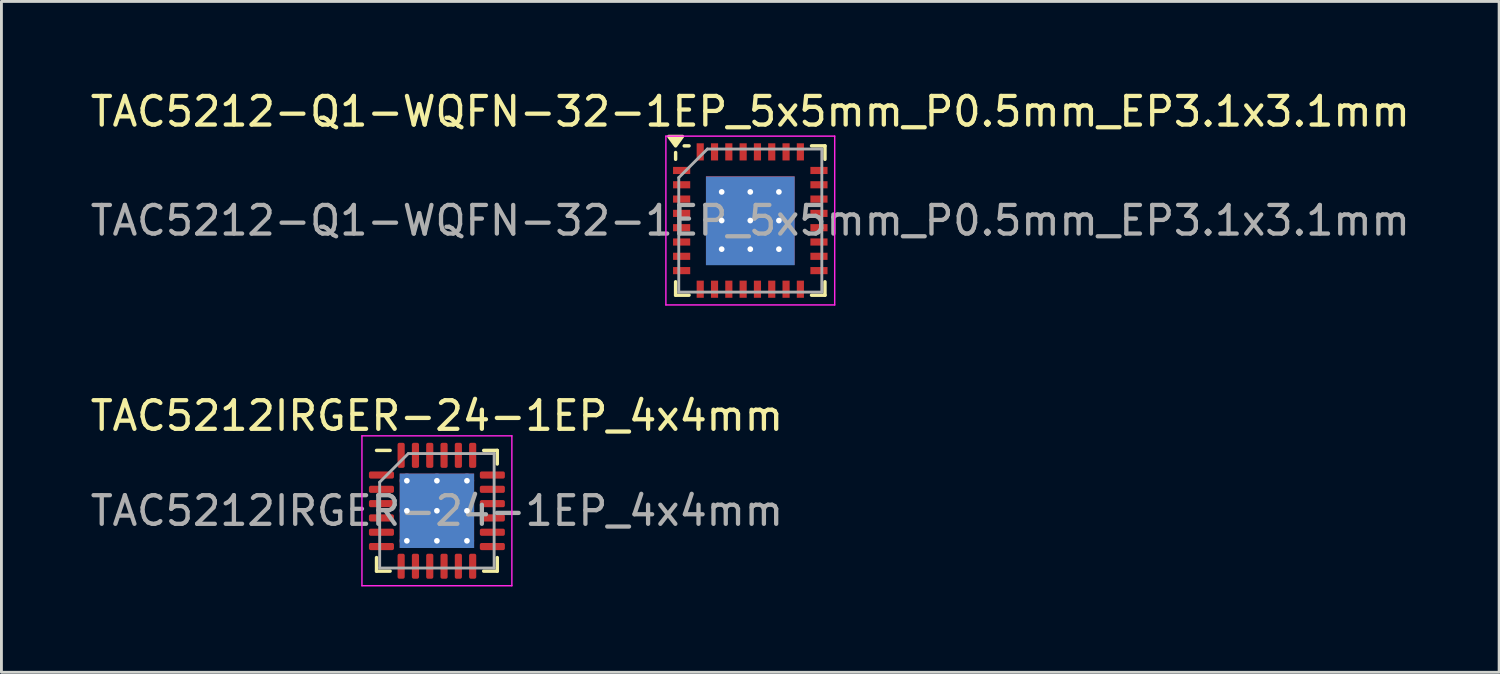
<source format=kicad_pcb>
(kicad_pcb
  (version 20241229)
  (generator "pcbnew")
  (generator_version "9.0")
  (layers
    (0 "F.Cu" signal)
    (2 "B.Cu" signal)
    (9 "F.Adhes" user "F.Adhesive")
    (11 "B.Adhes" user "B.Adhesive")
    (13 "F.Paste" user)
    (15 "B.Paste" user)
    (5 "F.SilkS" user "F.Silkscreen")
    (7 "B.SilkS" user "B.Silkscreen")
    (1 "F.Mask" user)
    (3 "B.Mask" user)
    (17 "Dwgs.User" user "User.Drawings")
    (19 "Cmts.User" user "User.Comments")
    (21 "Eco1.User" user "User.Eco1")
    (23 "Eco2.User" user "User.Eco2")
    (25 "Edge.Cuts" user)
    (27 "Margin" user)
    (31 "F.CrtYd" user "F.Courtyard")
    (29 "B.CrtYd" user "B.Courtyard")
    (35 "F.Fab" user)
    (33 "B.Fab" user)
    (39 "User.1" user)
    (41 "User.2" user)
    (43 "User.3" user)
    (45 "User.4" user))
  (footprint "TAC5212IRGER-24-1EP_4x4mm"
    (layer "F.Cu")
    (at 12.22 14.802)
    (property "Reference" "TAC5212IRGER-24-1EP_4x4mm" (at 0 -3.32 0) (layer "F.SilkS") (effects (font (size 1 1) (thickness 0.15))))
    (attr smd)
    (fp_line (start -2.11 2.11) (end -2.11 1.635) (stroke (width 0.12) (type solid)) (layer "F.SilkS"))
    (fp_line (start -1.635 -2.11) (end -2.11 -2.11) (stroke (width 0.12) (type solid)) (layer "F.SilkS"))
    (fp_line (start -1.635 2.11) (end -2.11 2.11) (stroke (width 0.12) (type solid)) (layer "F.SilkS"))
    (fp_line (start 1.635 -2.11) (end 2.11 -2.11) (stroke (width 0.12) (type solid)) (layer "F.SilkS"))
    (fp_line (start 1.635 2.11) (end 2.11 2.11) (stroke (width 0.12) (type solid)) (layer "F.SilkS"))
    (fp_line (start 2.11 -2.11) (end 2.11 -1.635) (stroke (width 0.12) (type solid)) (layer "F.SilkS"))
    (fp_line (start 2.11 2.11) (end 2.11 1.635) (stroke (width 0.12) (type solid)) (layer "F.SilkS"))
    (fp_line (start -2.62 -2.62) (end -2.62 2.62) (stroke (width 0.05) (type solid)) (layer "F.CrtYd"))
    (fp_line (start -2.62 2.62) (end 2.62 2.62) (stroke (width 0.05) (type solid)) (layer "F.CrtYd"))
    (fp_line (start 2.62 -2.62) (end -2.62 -2.62) (stroke (width 0.05) (type solid)) (layer "F.CrtYd"))
    (fp_line (start 2.62 2.62) (end 2.62 -2.62) (stroke (width 0.05) (type solid)) (layer "F.CrtYd"))
    (fp_line (start -2 -1) (end -1 -2) (stroke (width 0.1) (type solid)) (layer "F.Fab"))
    (fp_line (start -2 2) (end -2 -1) (stroke (width 0.1) (type solid)) (layer "F.Fab"))
    (fp_line (start -1 -2) (end 2 -2) (stroke (width 0.1) (type solid)) (layer "F.Fab"))
    (fp_line (start 2 -2) (end 2 2) (stroke (width 0.1) (type solid)) (layer "F.Fab"))
    (fp_line (start 2 2) (end -2 2) (stroke (width 0.1) (type solid)) (layer "F.Fab"))
    (fp_text user "${REFERENCE}" (at 0 0 0) (layer "F.Fab") (effects (font (size 1 1) (thickness 0.15))))
    (pad "" smd roundrect (at -0.65 -0.65) (size 1.13 1.13) (layers "F.Paste") (roundrect_rratio 0.221))
    (pad "" smd roundrect (at -0.65 0.65) (size 1.13 1.13) (layers "F.Paste") (roundrect_rratio 0.221))
    (pad "" smd roundrect (at 0.65 -0.65) (size 1.13 1.13) (layers "F.Paste") (roundrect_rratio 0.221))
    (pad "" smd roundrect (at 0.65 0.65) (size 1.13 1.13) (layers "F.Paste") (roundrect_rratio 0.221))
    (pad "1" smd roundrect (at -1.938 -1.25) (size 0.875 0.25) (layers "F.Cu" "F.Mask" "F.Paste") (roundrect_rratio 0.25))
    (pad "2" smd roundrect (at -1.938 -0.75) (size 0.875 0.25) (layers "F.Cu" "F.Mask" "F.Paste") (roundrect_rratio 0.25))
    (pad "3" smd roundrect (at -1.938 -0.25) (size 0.875 0.25) (layers "F.Cu" "F.Mask" "F.Paste") (roundrect_rratio 0.25))
    (pad "4" smd roundrect (at -1.938 0.25) (size 0.875 0.25) (layers "F.Cu" "F.Mask" "F.Paste") (roundrect_rratio 0.25))
    (pad "5" smd roundrect (at -1.938 0.75) (size 0.875 0.25) (layers "F.Cu" "F.Mask" "F.Paste") (roundrect_rratio 0.25))
    (pad "6" smd roundrect (at -1.938 1.25) (size 0.875 0.25) (layers "F.Cu" "F.Mask" "F.Paste") (roundrect_rratio 0.25))
    (pad "7" smd roundrect (at -1.25 1.938) (size 0.25 0.875) (layers "F.Cu" "F.Mask" "F.Paste") (roundrect_rratio 0.25))
    (pad "8" smd roundrect (at -0.75 1.938) (size 0.25 0.875) (layers "F.Cu" "F.Mask" "F.Paste") (roundrect_rratio 0.25))
    (pad "9" smd roundrect (at -0.25 1.938) (size 0.25 0.875) (layers "F.Cu" "F.Mask" "F.Paste") (roundrect_rratio 0.25))
    (pad "10" smd roundrect (at 0.25 1.938) (size 0.25 0.875) (layers "F.Cu" "F.Mask" "F.Paste") (roundrect_rratio 0.25))
    (pad "11" smd roundrect (at 0.75 1.938) (size 0.25 0.875) (layers "F.Cu" "F.Mask" "F.Paste") (roundrect_rratio 0.25))
    (pad "12" smd roundrect (at 1.25 1.938) (size 0.25 0.875) (layers "F.Cu" "F.Mask" "F.Paste") (roundrect_rratio 0.25))
    (pad "13" smd roundrect (at 1.938 1.25) (size 0.875 0.25) (layers "F.Cu" "F.Mask" "F.Paste") (roundrect_rratio 0.25))
    (pad "14" smd roundrect (at 1.938 0.75) (size 0.875 0.25) (layers "F.Cu" "F.Mask" "F.Paste") (roundrect_rratio 0.25))
    (pad "15" smd roundrect (at 1.938 0.25) (size 0.875 0.25) (layers "F.Cu" "F.Mask" "F.Paste") (roundrect_rratio 0.25))
    (pad "16" smd roundrect (at 1.938 -0.25) (size 0.875 0.25) (layers "F.Cu" "F.Mask" "F.Paste") (roundrect_rratio 0.25))
    (pad "17" smd roundrect (at 1.938 -0.75) (size 0.875 0.25) (layers "F.Cu" "F.Mask" "F.Paste") (roundrect_rratio 0.25))
    (pad "18" smd roundrect (at 1.938 -1.25) (size 0.875 0.25) (layers "F.Cu" "F.Mask" "F.Paste") (roundrect_rratio 0.25))
    (pad "19" smd roundrect (at 1.25 -1.938) (size 0.25 0.875) (layers "F.Cu" "F.Mask" "F.Paste") (roundrect_rratio 0.25))
    (pad "20" smd roundrect (at 0.75 -1.938) (size 0.25 0.875) (layers "F.Cu" "F.Mask" "F.Paste") (roundrect_rratio 0.25))
    (pad "21" smd roundrect (at 0.25 -1.938) (size 0.25 0.875) (layers "F.Cu" "F.Mask" "F.Paste") (roundrect_rratio 0.25))
    (pad "22" smd roundrect (at -0.25 -1.938) (size 0.25 0.875) (layers "F.Cu" "F.Mask" "F.Paste") (roundrect_rratio 0.25))
    (pad "23" smd roundrect (at -0.75 -1.938) (size 0.25 0.875) (layers "F.Cu" "F.Mask" "F.Paste") (roundrect_rratio 0.25))
    (pad "24" smd roundrect (at -1.25 -1.938) (size 0.25 0.875) (layers "F.Cu" "F.Mask" "F.Paste") (roundrect_rratio 0.25))
    (pad "25" thru_hole circle (at -1.05 -1.05) (size 0.5 0.5) (drill 0.2) (layers "*.Cu"))
    (pad "25" thru_hole circle (at -1.05 0) (size 0.5 0.5) (drill 0.2) (layers "*.Cu"))
    (pad "25" thru_hole circle (at -1.05 1.05) (size 0.5 0.5) (drill 0.2) (layers "*.Cu"))
    (pad "25" thru_hole circle (at 0 -1.05) (size 0.5 0.5) (drill 0.2) (layers "*.Cu"))
    (pad "25" thru_hole circle (at 0 0) (size 0.5 0.5) (drill 0.2) (layers "*.Cu"))
    (pad "25" smd rect (at 0 0) (size 2.6 2.6) (layers "F.Cu" "F.Mask"))
    (pad "25" smd rect (at 0 0) (size 2.6 2.6) (layers "B.Cu"))
    (pad "25" thru_hole circle (at 0 1.05) (size 0.5 0.5) (drill 0.2) (layers "*.Cu"))
    (pad "25" thru_hole circle (at 1.05 -1.05) (size 0.5 0.5) (drill 0.2) (layers "*.Cu"))
    (pad "25" thru_hole circle (at 1.05 0) (size 0.5 0.5) (drill 0.2) (layers "*.Cu"))
    (pad "25" thru_hole circle (at 1.05 1.05) (size 0.5 0.5) (drill 0.2) (layers "*.Cu")))
  (footprint "TAC5212-Q1-WQFN-32-1EP_5x5mm_P0.5mm_EP3.1x3.1mm"
    (layer "F.Cu")
    (at 23.173 4.658)
    (property "Reference" "TAC5212-Q1-WQFN-32-1EP_5x5mm_P0.5mm_EP3.1x3.1mm" (at 0 -3.81 0) (layer "F.SilkS") (effects (font (size 1 1) (thickness 0.15))))
    (attr smd)
    (fp_line (start -2.61 -2.14) (end -2.61 -2.377) (stroke (width 0.12) (type solid)) (layer "F.SilkS"))
    (fp_line (start -2.61 2.61) (end -2.61 2.14) (stroke (width 0.12) (type solid)) (layer "F.SilkS"))
    (fp_line (start -2.14 -2.61) (end -2.31 -2.61) (stroke (width 0.12) (type solid)) (layer "F.SilkS"))
    (fp_line (start -2.14 2.61) (end -2.61 2.61) (stroke (width 0.12) (type solid)) (layer "F.SilkS"))
    (fp_line (start 2.14 -2.61) (end 2.61 -2.61) (stroke (width 0.12) (type solid)) (layer "F.SilkS"))
    (fp_line (start 2.61 -2.61) (end 2.61 -2.14) (stroke (width 0.12) (type solid)) (layer "F.SilkS"))
    (fp_line (start 2.61 2.14) (end 2.61 2.61) (stroke (width 0.12) (type solid)) (layer "F.SilkS"))
    (fp_line (start 2.61 2.61) (end 2.14 2.61) (stroke (width 0.12) (type solid)) (layer "F.SilkS"))
    (fp_poly (pts (xy -2.61 -2.61) (xy -2.85 -2.94) (xy -2.37 -2.94) (xy -2.61 -2.61)) (stroke (width 0.12) (type solid)) (fill yes) (layer "F.SilkS"))
    (fp_line (start -2.95 -2.95) (end 2.95 -2.95) (stroke (width 0.05) (type solid)) (layer "F.CrtYd"))
    (fp_line (start -2.95 2.95) (end -2.95 -2.95) (stroke (width 0.05) (type solid)) (layer "F.CrtYd"))
    (fp_line (start 2.95 -2.95) (end 2.95 2.95) (stroke (width 0.05) (type solid)) (layer "F.CrtYd"))
    (fp_line (start 2.95 2.95) (end -2.95 2.95) (stroke (width 0.05) (type solid)) (layer "F.CrtYd"))
    (fp_line (start -2.5 -1.5) (end -2.5 2.5) (stroke (width 0.1) (type solid)) (layer "F.Fab"))
    (fp_line (start -1.5 -2.5) (end -2.5 -1.5) (stroke (width 0.1) (type solid)) (layer "F.Fab"))
    (fp_line (start 2.5 -2.5) (end -1.5 -2.5) (stroke (width 0.1) (type solid)) (layer "F.Fab"))
    (fp_line (start 2.5 -2.5) (end 2.5 2.5) (stroke (width 0.1) (type solid)) (layer "F.Fab"))
    (fp_line (start 2.5 2.5) (end -2.5 2.5) (stroke (width 0.1) (type solid)) (layer "F.Fab"))
    (fp_text user "${REFERENCE}" (at 0 0 0) (layer "F.Fab") (effects (font (size 1 1) (thickness 0.15))))
    (pad "" smd rect (at -0.775 -0.775) (size 1.23 1.23) (layers "F.Paste"))
    (pad "" smd rect (at -0.775 0.775) (size 1.23 1.23) (layers "F.Paste"))
    (pad "" smd rect (at 0.775 -0.775) (size 1.23 1.23) (layers "F.Paste"))
    (pad "" smd rect (at 0.775 0.775) (size 1.23 1.23) (layers "F.Paste"))
    (pad "1" smd rect (at -2.4 -1.75 90) (size 0.25 0.6) (layers "F.Cu" "F.Mask" "F.Paste"))
    (pad "2" smd rect (at -2.4 -1.25 90) (size 0.25 0.6) (layers "F.Cu" "F.Mask" "F.Paste"))
    (pad "3" smd rect (at -2.4 -0.75 90) (size 0.25 0.6) (layers "F.Cu" "F.Mask" "F.Paste"))
    (pad "4" smd rect (at -2.4 -0.25 90) (size 0.25 0.6) (layers "F.Cu" "F.Mask" "F.Paste"))
    (pad "5" smd rect (at -2.4 0.25 90) (size 0.25 0.6) (layers "F.Cu" "F.Mask" "F.Paste"))
    (pad "6" smd rect (at -2.4 0.75 90) (size 0.25 0.6) (layers "F.Cu" "F.Mask" "F.Paste"))
    (pad "7" smd rect (at -2.4 1.25 90) (size 0.25 0.6) (layers "F.Cu" "F.Mask" "F.Paste"))
    (pad "8" smd rect (at -2.4 1.75 90) (size 0.25 0.6) (layers "F.Cu" "F.Mask" "F.Paste"))
    (pad "9" smd rect (at -1.75 2.4) (size 0.25 0.6) (layers "F.Cu" "F.Mask" "F.Paste"))
    (pad "10" smd rect (at -1.25 2.4) (size 0.25 0.6) (layers "F.Cu" "F.Mask" "F.Paste"))
    (pad "11" smd rect (at -0.75 2.4) (size 0.25 0.6) (layers "F.Cu" "F.Mask" "F.Paste"))
    (pad "12" smd rect (at -0.25 2.4) (size 0.25 0.6) (layers "F.Cu" "F.Mask" "F.Paste"))
    (pad "13" smd rect (at 0.25 2.4) (size 0.25 0.6) (layers "F.Cu" "F.Mask" "F.Paste"))
    (pad "14" smd rect (at 0.75 2.4) (size 0.25 0.6) (layers "F.Cu" "F.Mask" "F.Paste"))
    (pad "15" smd rect (at 1.25 2.4) (size 0.25 0.6) (layers "F.Cu" "F.Mask" "F.Paste"))
    (pad "16" smd rect (at 1.75 2.4) (size 0.25 0.6) (layers "F.Cu" "F.Mask" "F.Paste"))
    (pad "17" smd rect (at 2.4 1.75 90) (size 0.25 0.6) (layers "F.Cu" "F.Mask" "F.Paste"))
    (pad "18" smd rect (at 2.4 1.25 90) (size 0.25 0.6) (layers "F.Cu" "F.Mask" "F.Paste"))
    (pad "19" smd rect (at 2.4 0.75 90) (size 0.25 0.6) (layers "F.Cu" "F.Mask" "F.Paste"))
    (pad "20" smd rect (at 2.4 0.25 90) (size 0.25 0.6) (layers "F.Cu" "F.Mask" "F.Paste"))
    (pad "21" smd rect (at 2.4 -0.25 90) (size 0.25 0.6) (layers "F.Cu" "F.Mask" "F.Paste"))
    (pad "22" smd rect (at 2.4 -0.75 90) (size 0.25 0.6) (layers "F.Cu" "F.Mask" "F.Paste"))
    (pad "23" smd rect (at 2.4 -1.25 90) (size 0.25 0.6) (layers "F.Cu" "F.Mask" "F.Paste"))
    (pad "24" smd rect (at 2.4 -1.75 90) (size 0.25 0.6) (layers "F.Cu" "F.Mask" "F.Paste"))
    (pad "25" smd rect (at 1.75 -2.4) (size 0.25 0.6) (layers "F.Cu" "F.Mask" "F.Paste"))
    (pad "26" smd rect (at 1.25 -2.4) (size 0.25 0.6) (layers "F.Cu" "F.Mask" "F.Paste"))
    (pad "27" smd rect (at 0.75 -2.4) (size 0.25 0.6) (layers "F.Cu" "F.Mask" "F.Paste"))
    (pad "28" smd rect (at 0.25 -2.4) (size 0.25 0.6) (layers "F.Cu" "F.Mask" "F.Paste"))
    (pad "29" smd rect (at -0.25 -2.4) (size 0.25 0.6) (layers "F.Cu" "F.Mask" "F.Paste"))
    (pad "30" smd rect (at -0.75 -2.4) (size 0.25 0.6) (layers "F.Cu" "F.Mask" "F.Paste"))
    (pad "31" smd rect (at -1.25 -2.4) (size 0.25 0.6) (layers "F.Cu" "F.Mask" "F.Paste"))
    (pad "32" smd rect (at -1.75 -2.4) (size 0.25 0.6) (layers "F.Cu" "F.Mask" "F.Paste"))
    (pad "33" smd rect (at 0 0) (size 3.1 3.1) (layers "F.Cu" "F.Mask"))
    (pad "33" smd rect (at 0 0.011) (size 3.1 3.1) (layers "B.Cu"))
    (pad "43" thru_hole circle (at -1 -1) (size 0.5 0.5) (drill 0.2) (property pad_prop_heatsink) (layers "*.Cu"))
    (pad "43" thru_hole circle (at -1 0) (size 0.5 0.5) (drill 0.2) (property pad_prop_heatsink) (layers "*.Cu"))
    (pad "43" thru_hole circle (at -1 1) (size 0.5 0.5) (drill 0.2) (property pad_prop_heatsink) (layers "*.Cu"))
    (pad "43" thru_hole circle (at 0 -1) (size 0.5 0.5) (drill 0.2) (property pad_prop_heatsink) (layers "*.Cu"))
    (pad "43" thru_hole circle (at 0 0) (size 0.5 0.5) (drill 0.2) (property pad_prop_heatsink) (layers "*.Cu"))
    (pad "43" thru_hole circle (at 0 1) (size 0.5 0.5) (drill 0.2) (property pad_prop_heatsink) (layers "*.Cu"))
    (pad "43" thru_hole circle (at 1 -1) (size 0.5 0.5) (drill 0.2) (property pad_prop_heatsink) (layers "*.Cu"))
    (pad "43" thru_hole circle (at 1 0) (size 0.5 0.5) (drill 0.2) (property pad_prop_heatsink) (layers "*.Cu"))
    (pad "43" thru_hole circle (at 1 1) (size 0.5 0.5) (drill 0.2) (property pad_prop_heatsink) (layers "*.Cu")))
  (gr_rect
    (start -3 -3)
    (end 49.345 20.447)
    (stroke (width 0.1) (type default))
    (fill no)
    (layer "Edge.Cuts")))
</source>
